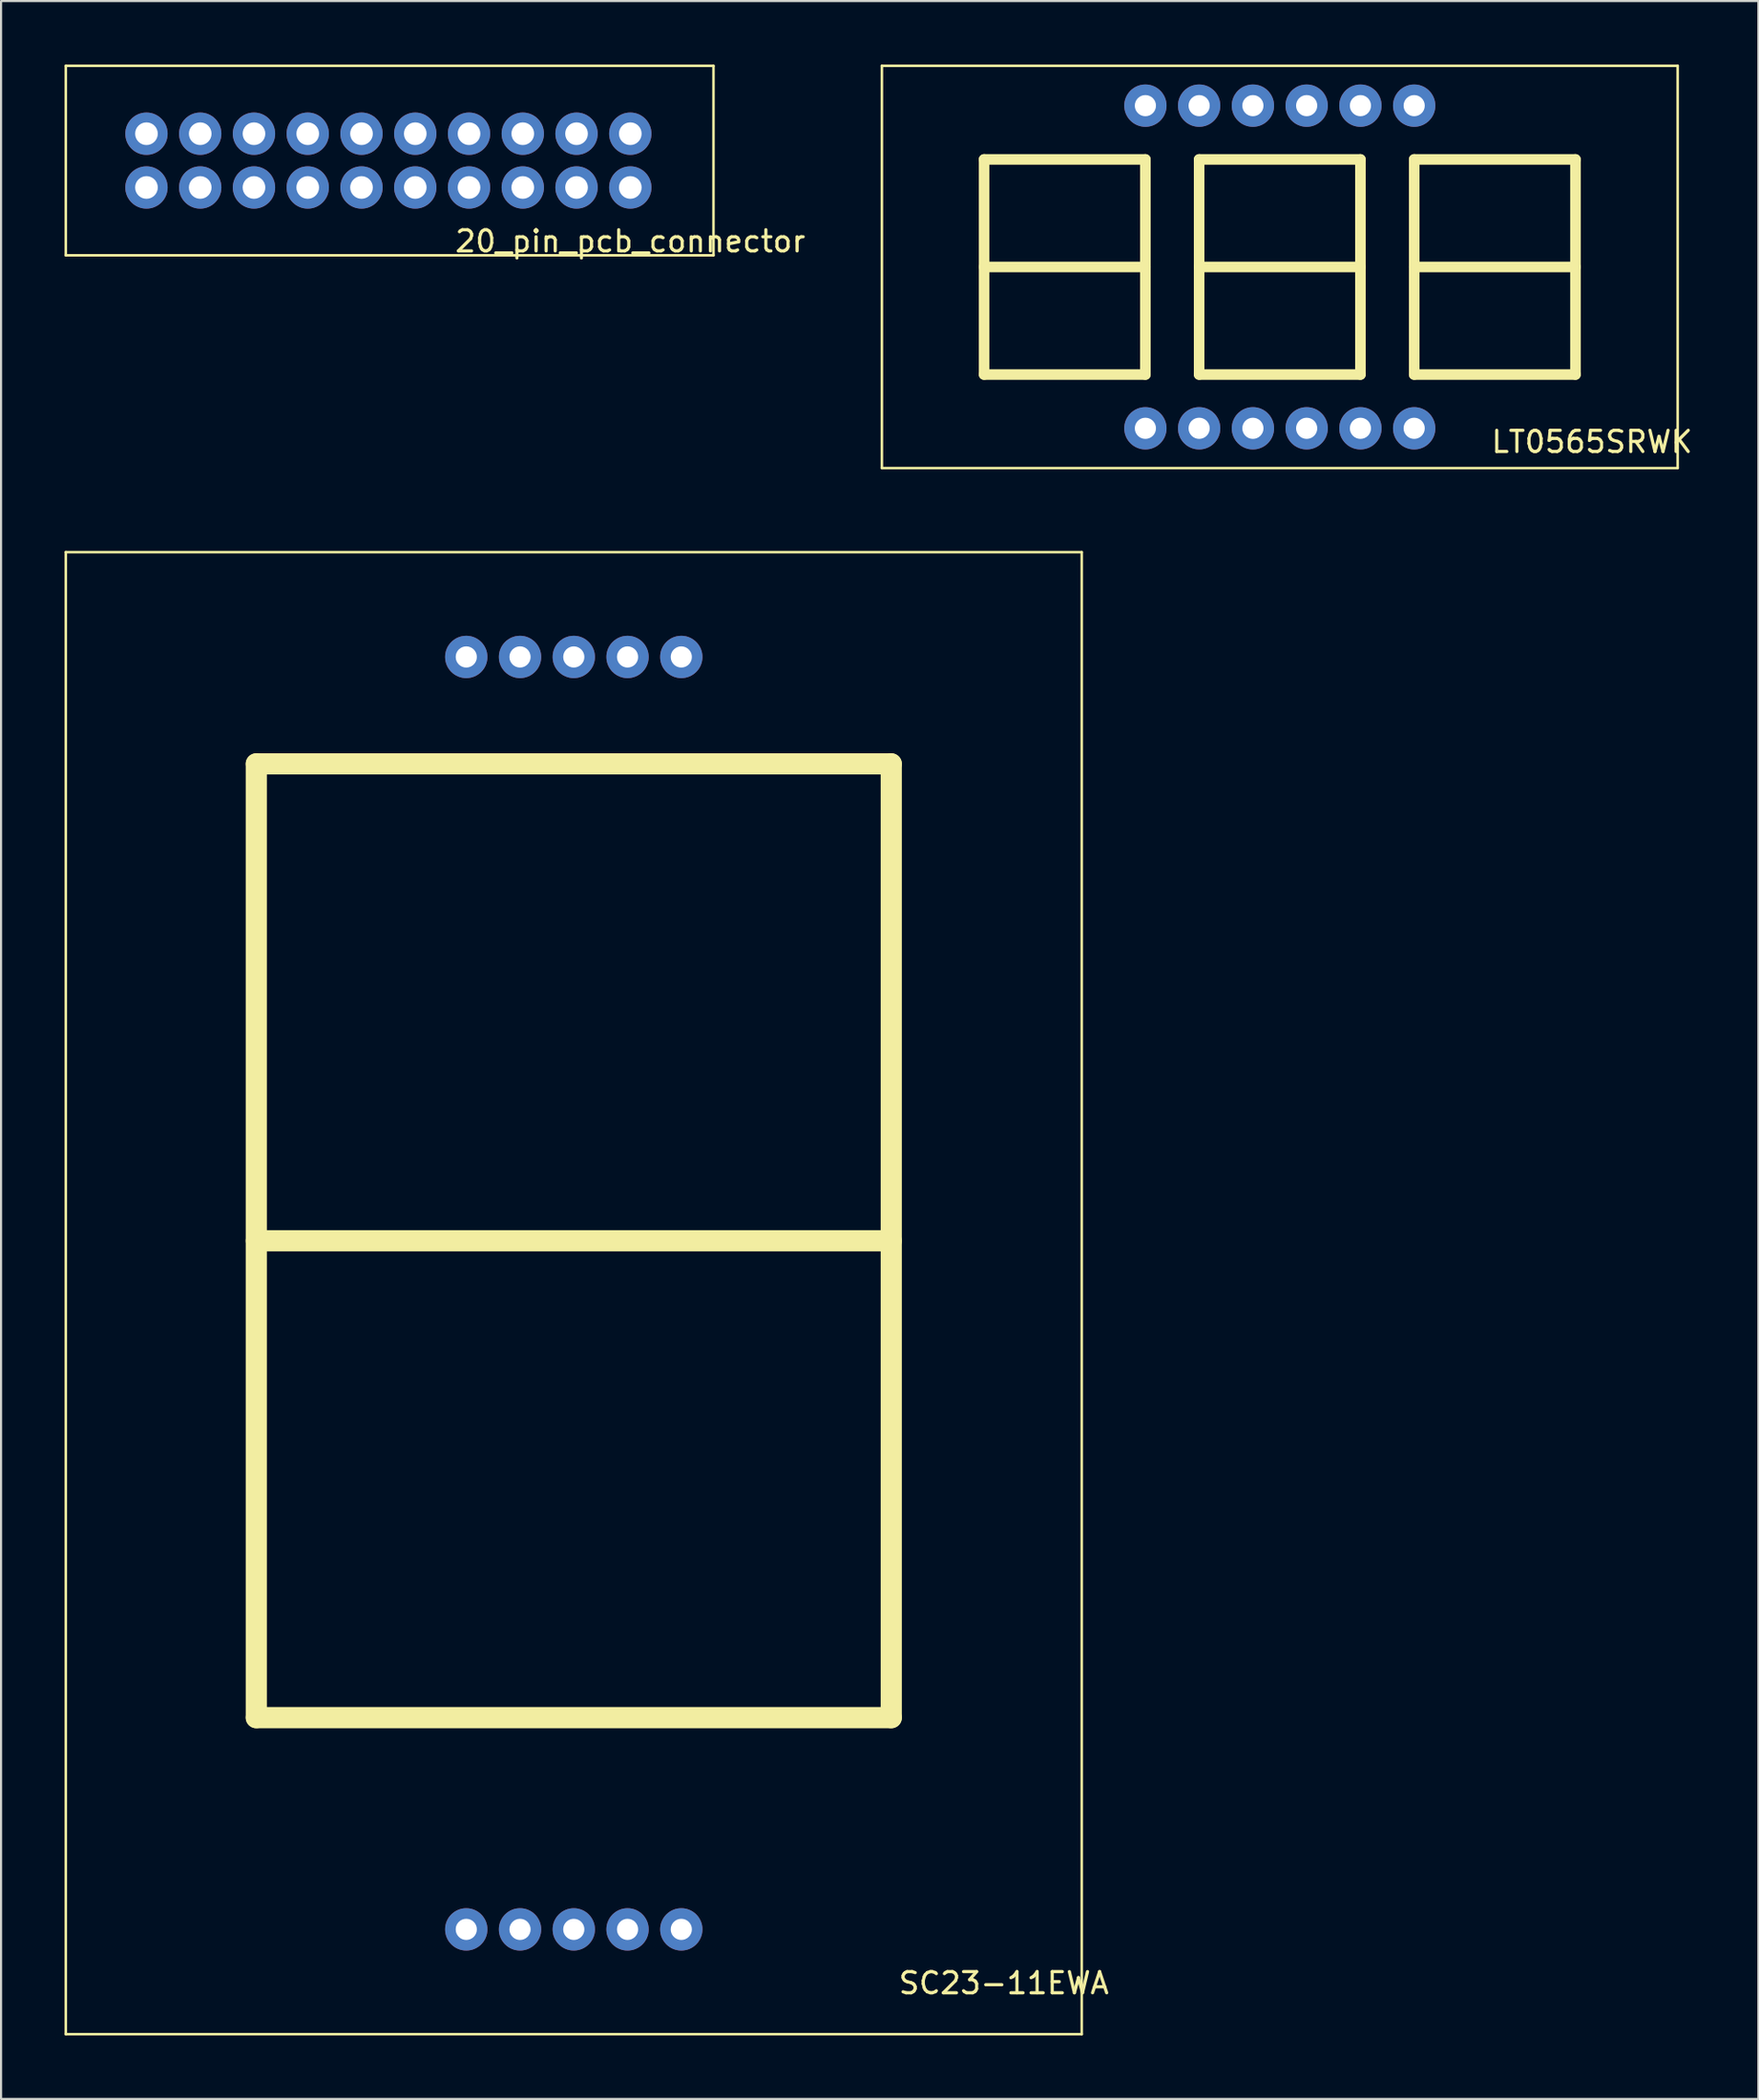
<source format=kicad_pcb>
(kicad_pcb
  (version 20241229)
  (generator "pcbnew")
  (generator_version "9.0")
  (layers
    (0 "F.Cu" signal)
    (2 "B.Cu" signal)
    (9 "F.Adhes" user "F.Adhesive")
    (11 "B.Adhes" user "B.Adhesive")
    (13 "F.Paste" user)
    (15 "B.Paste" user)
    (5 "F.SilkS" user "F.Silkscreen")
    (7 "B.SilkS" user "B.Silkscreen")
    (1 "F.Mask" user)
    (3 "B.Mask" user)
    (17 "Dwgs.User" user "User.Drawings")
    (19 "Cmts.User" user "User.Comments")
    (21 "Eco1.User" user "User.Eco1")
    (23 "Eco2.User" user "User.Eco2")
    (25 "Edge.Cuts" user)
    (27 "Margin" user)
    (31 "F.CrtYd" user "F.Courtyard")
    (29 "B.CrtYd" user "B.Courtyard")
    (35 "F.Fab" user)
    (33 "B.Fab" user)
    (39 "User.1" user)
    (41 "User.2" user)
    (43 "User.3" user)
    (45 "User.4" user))
  (footprint "LT0565SRWK"
    (layer "F.Cu")
    (at 38.367 19.72)
    (property "Reference" "LT0565SRWK" (at 33.8 -1.9 0) (layer "F.SilkS") (effects (font (size 1 1) (thickness 0.15))))
    (attr through_hole)
    (fp_line (start 0.25 -19.66) (end 0.25 -0.66) (stroke (width 0.12) (type solid)) (layer "F.SilkS"))
    (fp_line (start 0.25 -19.66) (end 37.85 -19.66) (stroke (width 0.12) (type solid)) (layer "F.SilkS"))
    (fp_line (start 0.25 -0.66) (end 37.85 -0.66) (stroke (width 0.12) (type solid)) (layer "F.SilkS"))
    (fp_line (start 5.08 -15.24) (end 12.7 -15.24) (stroke (width 0.5) (type solid)) (layer "F.SilkS"))
    (fp_line (start 5.08 -10.16) (end 12.7 -10.16) (stroke (width 0.5) (type solid)) (layer "F.SilkS"))
    (fp_line (start 5.08 -5.08) (end 5.08 -15.24) (stroke (width 0.5) (type solid)) (layer "F.SilkS"))
    (fp_line (start 12.7 -15.24) (end 12.7 -5.08) (stroke (width 0.5) (type solid)) (layer "F.SilkS"))
    (fp_line (start 12.7 -5.08) (end 5.08 -5.08) (stroke (width 0.5) (type solid)) (layer "F.SilkS"))
    (fp_line (start 15.24 -15.24) (end 22.86 -15.24) (stroke (width 0.5) (type solid)) (layer "F.SilkS"))
    (fp_line (start 15.24 -10.16) (end 22.86 -10.16) (stroke (width 0.5) (type solid)) (layer "F.SilkS"))
    (fp_line (start 15.24 -5.08) (end 15.24 -15.24) (stroke (width 0.5) (type solid)) (layer "F.SilkS"))
    (fp_line (start 22.86 -15.24) (end 22.86 -5.08) (stroke (width 0.5) (type solid)) (layer "F.SilkS"))
    (fp_line (start 22.86 -5.08) (end 15.24 -5.08) (stroke (width 0.5) (type solid)) (layer "F.SilkS"))
    (fp_line (start 25.4 -15.24) (end 33.02 -15.24) (stroke (width 0.5) (type solid)) (layer "F.SilkS"))
    (fp_line (start 25.4 -10.16) (end 33.02 -10.16) (stroke (width 0.5) (type solid)) (layer "F.SilkS"))
    (fp_line (start 25.4 -5.08) (end 25.4 -15.24) (stroke (width 0.5) (type solid)) (layer "F.SilkS"))
    (fp_line (start 33.02 -15.24) (end 33.02 -5.08) (stroke (width 0.5) (type solid)) (layer "F.SilkS"))
    (fp_line (start 33.02 -5.08) (end 25.4 -5.08) (stroke (width 0.5) (type solid)) (layer "F.SilkS"))
    (fp_line (start 37.85 -19.66) (end 37.85 -0.66) (stroke (width 0.12) (type solid)) (layer "F.SilkS"))
    (pad "1" thru_hole circle (at 12.7 -2.54) (size 2 2) (drill 1) (layers "*.Cu" "*.Mask"))
    (pad "2" thru_hole circle (at 15.24 -2.54) (size 2 2) (drill 1) (layers "*.Cu" "*.Mask"))
    (pad "3" thru_hole circle (at 17.78 -2.54) (size 2 2) (drill 1) (layers "*.Cu" "*.Mask"))
    (pad "4" thru_hole circle (at 20.32 -2.54) (size 2 2) (drill 1) (layers "*.Cu" "*.Mask"))
    (pad "5" thru_hole circle (at 22.86 -2.54) (size 2 2) (drill 1) (layers "*.Cu" "*.Mask"))
    (pad "6" thru_hole circle (at 25.4 -2.54) (size 2 2) (drill 1) (layers "*.Cu" "*.Mask"))
    (pad "7" thru_hole circle (at 25.4 -17.78) (size 2 2) (drill 1) (layers "*.Cu" "*.Mask"))
    (pad "8" thru_hole circle (at 22.86 -17.78) (size 2 2) (drill 1) (layers "*.Cu" "*.Mask"))
    (pad "9" thru_hole circle (at 20.32 -17.78) (size 2 2) (drill 1) (layers "*.Cu" "*.Mask"))
    (pad "10" thru_hole circle (at 17.78 -17.78) (size 2 2) (drill 1) (layers "*.Cu" "*.Mask"))
    (pad "11" thru_hole circle (at 15.24 -17.78) (size 2 2) (drill 1) (layers "*.Cu" "*.Mask"))
    (pad "12" thru_hole circle (at 12.7 -17.78) (size 2 2) (drill 1) (layers "*.Cu" "*.Mask")))
  (footprint "SC23-11EWA"
    (layer "F.Cu")
    (at 24.06 88.08)
    (property "Reference" "SC23-11EWA" (at 20.32 2.54 0) (layer "F.SilkS") (effects (font (size 1 1) (thickness 0.15))))
    (attr through_hole)
    (fp_line (start -24 -65.05) (end 24 -65.05) (stroke (width 0.12) (type solid)) (layer "F.SilkS"))
    (fp_line (start -24 4.95) (end -24 -65.05) (stroke (width 0.12) (type solid)) (layer "F.SilkS"))
    (fp_line (start -24 4.95) (end 24 4.95) (stroke (width 0.12) (type solid)) (layer "F.SilkS"))
    (fp_line (start -15 -55.05) (end -15 -10) (stroke (width 1) (type solid)) (layer "F.SilkS"))
    (fp_line (start -15 -55.05) (end 15 -55.05) (stroke (width 1) (type solid)) (layer "F.SilkS"))
    (fp_line (start -15 -32.525) (end 15 -32.525) (stroke (width 1) (type solid)) (layer "F.SilkS"))
    (fp_line (start -15 -10) (end 15 -10) (stroke (width 1) (type solid)) (layer "F.SilkS"))
    (fp_line (start 15 -55.05) (end 15 -10) (stroke (width 1) (type solid)) (layer "F.SilkS"))
    (fp_line (start 24 4.95) (end 24 -65.05) (stroke (width 0.12) (type solid)) (layer "F.SilkS"))
    (pad "1" thru_hole circle (at -5.08 0) (size 2 2) (drill 1) (layers "*.Cu" "*.Mask"))
    (pad "2" thru_hole circle (at -2.54 0) (size 2 2) (drill 1) (layers "*.Cu" "*.Mask"))
    (pad "3" thru_hole circle (at 0 0) (size 2 2) (drill 1) (layers "*.Cu" "*.Mask"))
    (pad "4" thru_hole circle (at 2.54 0) (size 2 2) (drill 1) (layers "*.Cu" "*.Mask"))
    (pad "5" thru_hole circle (at 5.08 0) (size 2 2) (drill 1) (layers "*.Cu" "*.Mask"))
    (pad "6" thru_hole circle (at 5.08 -60.1) (size 2 2) (drill 1) (layers "*.Cu" "*.Mask"))
    (pad "7" thru_hole circle (at 2.54 -60.1) (size 2 2) (drill 1) (layers "*.Cu" "*.Mask"))
    (pad "8" thru_hole circle (at 0 -60.1) (size 2 2) (drill 1) (layers "*.Cu" "*.Mask"))
    (pad "9" thru_hole circle (at -2.54 -60.1) (size 2 2) (drill 1) (layers "*.Cu" "*.Mask"))
    (pad "10" thru_hole circle (at -5.08 -60.1) (size 2 2) (drill 1) (layers "*.Cu" "*.Mask")))
  (footprint "20_pin_pcb_connector"
    (layer "F.Cu")
    (at 3.87 5.805)
    (property "Reference" "20_pin_pcb_connector" (at 22.86 2.54 0) (layer "F.SilkS") (effects (font (size 1 1) (thickness 0.15))))
    (attr through_hole)
    (fp_line (start -3.81 -5.745) (end -3.81 3.205) (stroke (width 0.12) (type solid)) (layer "F.SilkS"))
    (fp_line (start -3.81 -5.745) (end 26.79 -5.745) (stroke (width 0.12) (type solid)) (layer "F.SilkS"))
    (fp_line (start -3.81 3.205) (end 26.79 3.205) (stroke (width 0.12) (type solid)) (layer "F.SilkS"))
    (fp_line (start 26.79 -5.745) (end 26.79 3.205) (stroke (width 0.12) (type solid)) (layer "F.SilkS"))
    (pad "1" thru_hole circle (at 0 0) (size 2 2) (drill 1.07) (layers "*.Cu" "*.Mask"))
    (pad "2" thru_hole circle (at 0 -2.54) (size 2 2) (drill 1.07) (layers "*.Cu" "*.Mask"))
    (pad "3" thru_hole circle (at 2.54 0) (size 2 2) (drill 1.07) (layers "*.Cu" "*.Mask"))
    (pad "4" thru_hole circle (at 2.54 -2.54) (size 2 2) (drill 1.07) (layers "*.Cu" "*.Mask"))
    (pad "5" thru_hole circle (at 5.08 0) (size 2 2) (drill 1.07) (layers "*.Cu" "*.Mask"))
    (pad "6" thru_hole circle (at 5.08 -2.54) (size 2 2) (drill 1.07) (layers "*.Cu" "*.Mask"))
    (pad "7" thru_hole circle (at 7.62 0) (size 2 2) (drill 1.07) (layers "*.Cu" "*.Mask"))
    (pad "8" thru_hole circle (at 7.62 -2.54) (size 2 2) (drill 1.07) (layers "*.Cu" "*.Mask"))
    (pad "9" thru_hole circle (at 10.16 0) (size 2 2) (drill 1.07) (layers "*.Cu" "*.Mask"))
    (pad "10" thru_hole circle (at 10.16 -2.54) (size 2 2) (drill 1.07) (layers "*.Cu" "*.Mask"))
    (pad "11" thru_hole circle (at 12.7 0) (size 2 2) (drill 1.07) (layers "*.Cu" "*.Mask"))
    (pad "12" thru_hole circle (at 12.7 -2.54) (size 2 2) (drill 1.07) (layers "*.Cu" "*.Mask"))
    (pad "13" thru_hole circle (at 15.24 0) (size 2 2) (drill 1.07) (layers "*.Cu" "*.Mask"))
    (pad "14" thru_hole circle (at 15.24 -2.54) (size 2 2) (drill 1.07) (layers "*.Cu" "*.Mask"))
    (pad "15" thru_hole circle (at 17.78 0) (size 2 2) (drill 1.07) (layers "*.Cu" "*.Mask"))
    (pad "16" thru_hole circle (at 17.78 -2.54) (size 2 2) (drill 1.07) (layers "*.Cu" "*.Mask"))
    (pad "17" thru_hole circle (at 20.32 0) (size 2 2) (drill 1.07) (layers "*.Cu" "*.Mask"))
    (pad "18" thru_hole circle (at 20.32 -2.54) (size 2 2) (drill 1.07) (layers "*.Cu" "*.Mask"))
    (pad "19" thru_hole circle (at 22.86 0) (size 2 2) (drill 1.07) (layers "*.Cu" "*.Mask"))
    (pad "20" thru_hole circle (at 22.86 -2.54) (size 2 2) (drill 1.07) (layers "*.Cu" "*.Mask")))
  (gr_rect
    (start -3 -3)
    (end 80.03 96.09)
    (stroke (width 0.1) (type default))
    (fill no)
    (layer "Edge.Cuts")))
</source>
